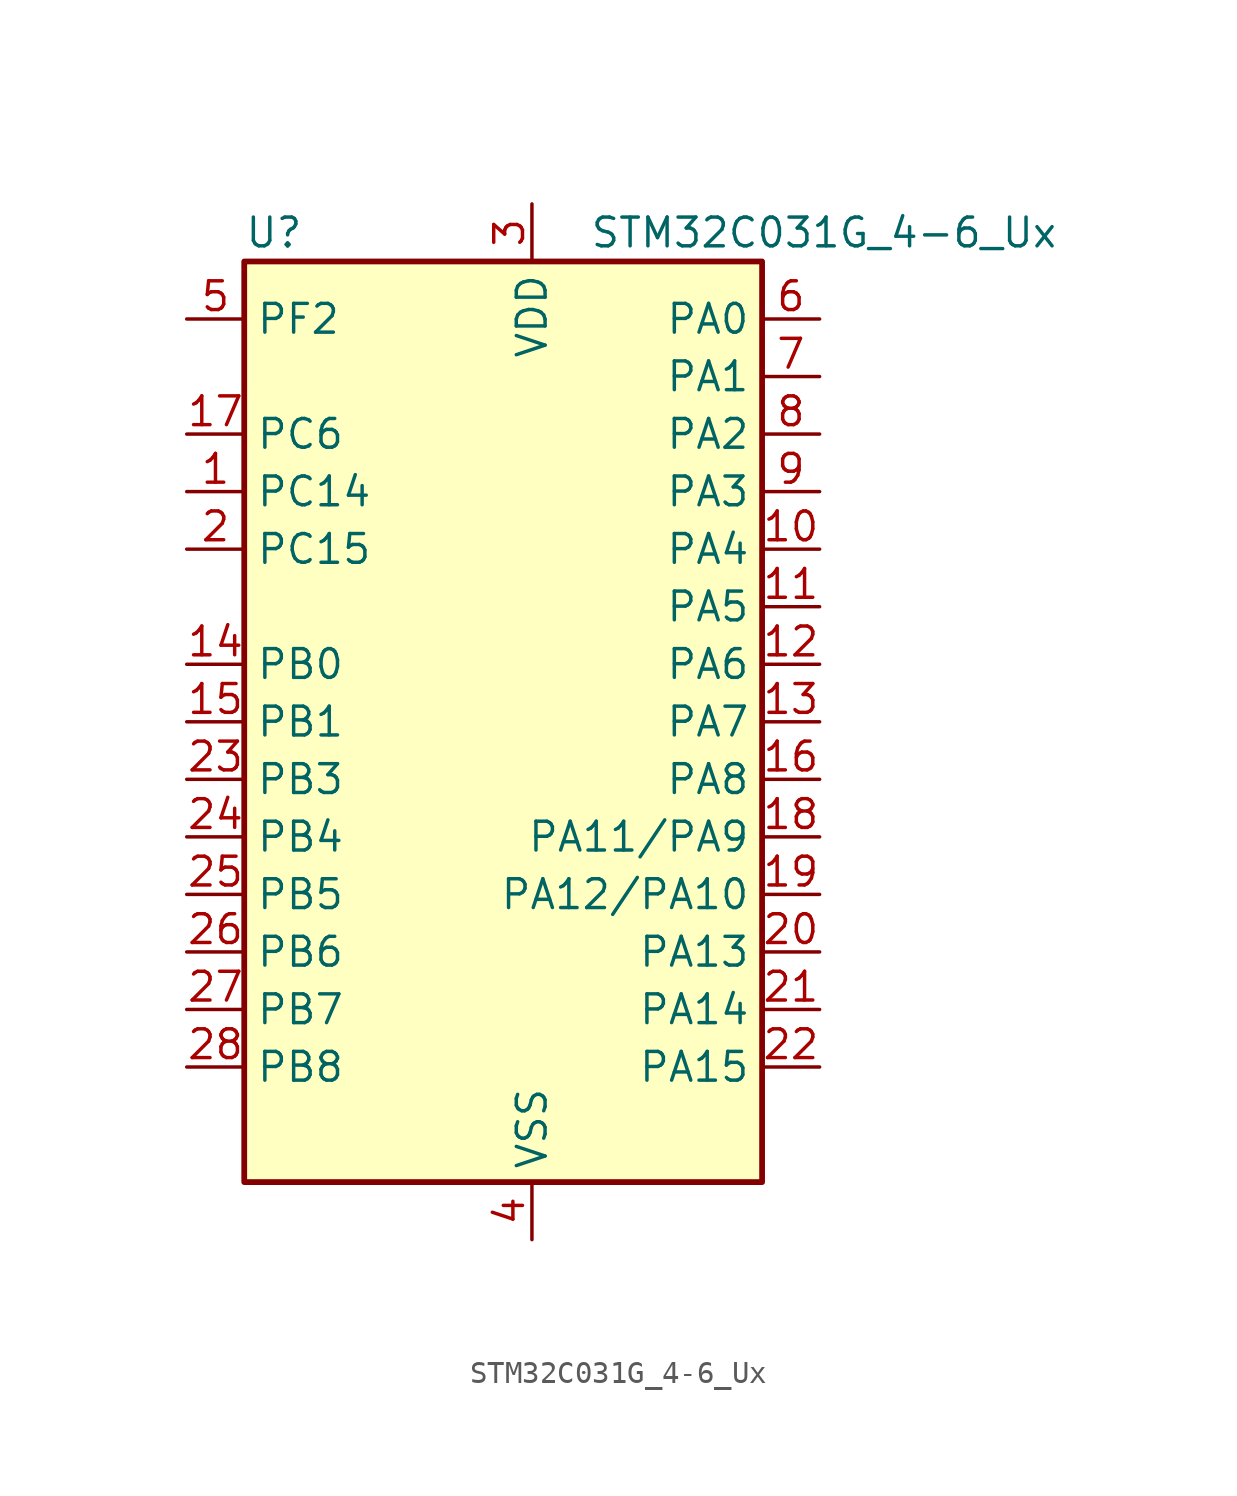
<source format=kicad_sym>
(kicad_symbol_lib
  (version 20220914)
  (generator kicad_symbol_editor)
  (symbol "STM32C031G_4-6_Ux"
    (property "Reference" "U"
      (at -10.16 21.59 0)
      (effects (font (size 1.27 1.27)) (justify left)))
    (property "Value" "STM32C031G_4-6_Ux"
      (at 5.08 21.59 0)
      (effects (font (size 1.27 1.27)) (justify left)))
    (property "ki_locked" ""
      (at 0 0 0)
      (effects (font (size 1.27 1.27))))
    (symbol "STM32C031G_4-6_Ux_0_1"
      (rectangle (start -10.16 -20.32) (end 12.7 20.32) (stroke (width 0.254) (type default)) (fill (type background))))
    (symbol "STM32C031G_4-6_Ux_1_1"
      (pin bidirectional line (at -12.7 10.16 0) (length 2.54) (name "PC14" (effects (font (size 1.27 1.27)))) (number "1" (effects (font (size 1.27 1.27)))) (alternate "I2C1_SDA" bidirectional line) (alternate "IR_OUT" bidirectional line) (alternate "RCC_OSCX_IN" bidirectional line) (alternate "TIM17_CH1" bidirectional line) (alternate "TIM1_BKIN2" bidirectional line) (alternate "TIM1_ETR" bidirectional line) (alternate "TIM3_CH2" bidirectional line) (alternate "USART1_TX" bidirectional line) (alternate "USART2_CK" bidirectional line) (alternate "USART2_DE" bidirectional line) (alternate "USART2_RTS" bidirectional line))
      (pin bidirectional line (at 15.24 7.62 180) (length 2.54) (name "PA4" (effects (font (size 1.27 1.27)))) (number "10" (effects (font (size 1.27 1.27)))) (alternate "ADC1_IN4" bidirectional line) (alternate "I2S1_WS" bidirectional line) (alternate "PWR_WKUP2" bidirectional line) (alternate "RTC_OUT1" bidirectional line) (alternate "RTC_TS" bidirectional line) (alternate "SPI1_NSS" bidirectional line) (alternate "TIM14_CH1" bidirectional line) (alternate "TIM17_CH1N" bidirectional line) (alternate "TIM1_CH2N" bidirectional line) (alternate "USART2_TX" bidirectional line))
      (pin bidirectional line (at 15.24 5.08 180) (length 2.54) (name "PA5" (effects (font (size 1.27 1.27)))) (number "11" (effects (font (size 1.27 1.27)))) (alternate "ADC1_IN5" bidirectional line) (alternate "I2S1_CK" bidirectional line) (alternate "SPI1_SCK" bidirectional line) (alternate "TIM1_CH1" bidirectional line) (alternate "TIM1_CH3N" bidirectional line) (alternate "USART2_RX" bidirectional line))
      (pin bidirectional line (at 15.24 2.54 180) (length 2.54) (name "PA6" (effects (font (size 1.27 1.27)))) (number "12" (effects (font (size 1.27 1.27)))) (alternate "ADC1_IN6" bidirectional line) (alternate "I2S1_MCK" bidirectional line) (alternate "SPI1_MISO" bidirectional line) (alternate "TIM16_CH1" bidirectional line) (alternate "TIM1_BKIN" bidirectional line) (alternate "TIM3_CH1" bidirectional line))
      (pin bidirectional line (at 15.24 0 180) (length 2.54) (name "PA7" (effects (font (size 1.27 1.27)))) (number "13" (effects (font (size 1.27 1.27)))) (alternate "ADC1_IN7" bidirectional line) (alternate "I2S1_SD" bidirectional line) (alternate "SPI1_MOSI" bidirectional line) (alternate "TIM14_CH1" bidirectional line) (alternate "TIM17_CH1" bidirectional line) (alternate "TIM1_CH1N" bidirectional line) (alternate "TIM3_CH2" bidirectional line))
      (pin bidirectional line (at -12.7 2.54 0) (length 2.54) (name "PB0" (effects (font (size 1.27 1.27)))) (number "14" (effects (font (size 1.27 1.27)))) (alternate "ADC1_IN17" bidirectional line) (alternate "I2S1_WS" bidirectional line) (alternate "SPI1_NSS" bidirectional line) (alternate "TIM1_CH2N" bidirectional line) (alternate "TIM3_CH3" bidirectional line))
      (pin bidirectional line (at -12.7 0 0) (length 2.54) (name "PB1" (effects (font (size 1.27 1.27)))) (number "15" (effects (font (size 1.27 1.27)))) (alternate "ADC1_IN18" bidirectional line) (alternate "TIM14_CH1" bidirectional line) (alternate "TIM1_CH2N" bidirectional line) (alternate "TIM1_CH3N" bidirectional line) (alternate "TIM3_CH4" bidirectional line))
      (pin bidirectional line (at 15.24 -2.54 180) (length 2.54) (name "PA8" (effects (font (size 1.27 1.27)))) (number "16" (effects (font (size 1.27 1.27)))) (alternate "ADC1_IN8" bidirectional line) (alternate "I2S1_WS" bidirectional line) (alternate "RCC_MCO" bidirectional line) (alternate "RCC_MCO_2" bidirectional line) (alternate "SPI1_NSS" bidirectional line) (alternate "TIM14_CH1" bidirectional line) (alternate "TIM1_CH1" bidirectional line) (alternate "TIM1_CH2N" bidirectional line) (alternate "TIM1_CH3N" bidirectional line) (alternate "TIM3_CH3" bidirectional line) (alternate "TIM3_CH4" bidirectional line) (alternate "USART1_RX" bidirectional line) (alternate "USART2_TX" bidirectional line))
      (pin bidirectional line (at -12.7 12.7 0) (length 2.54) (name "PC6" (effects (font (size 1.27 1.27)))) (number "17" (effects (font (size 1.27 1.27)))) (alternate "TIM3_CH1" bidirectional line))
      (pin bidirectional line (at 15.24 -5.08 180) (length 2.54) (name "PA11/PA9" (effects (font (size 1.27 1.27)))) (number "18" (effects (font (size 1.27 1.27)))) (alternate "ADC1_EXTI11" bidirectional line) (alternate "ADC1_IN11" bidirectional line) (alternate "I2S1_MCK" bidirectional line) (alternate "SPI1_MISO" bidirectional line) (alternate "TIM1_BKIN2" bidirectional line) (alternate "TIM1_CH4" bidirectional line) (alternate "USART1_CTS" bidirectional line) (alternate "USART1_NSS" bidirectional line))
      (pin bidirectional line (at 15.24 -7.62 180) (length 2.54) (name "PA12/PA10" (effects (font (size 1.27 1.27)))) (number "19" (effects (font (size 1.27 1.27)))) (alternate "ADC1_IN12" bidirectional line) (alternate "I2S1_SD" bidirectional line) (alternate "I2S_CKIN" bidirectional line) (alternate "SPI1_MOSI" bidirectional line) (alternate "TIM1_ETR" bidirectional line) (alternate "USART1_CK" bidirectional line) (alternate "USART1_DE" bidirectional line) (alternate "USART1_RTS" bidirectional line))
      (pin bidirectional line (at -12.7 7.62 0) (length 2.54) (name "PC15" (effects (font (size 1.27 1.27)))) (number "2" (effects (font (size 1.27 1.27)))) (alternate "RCC_OSC32_EN" bidirectional line) (alternate "RCC_OSCX_OUT" bidirectional line) (alternate "RCC_OSC_EN" bidirectional line) (alternate "TIM1_ETR" bidirectional line) (alternate "TIM3_CH3" bidirectional line))
      (pin bidirectional line (at 15.24 -10.16 180) (length 2.54) (name "PA13" (effects (font (size 1.27 1.27)))) (number "20" (effects (font (size 1.27 1.27)))) (alternate "ADC1_IN13" bidirectional line) (alternate "DEBUG_SWDIO" bidirectional line) (alternate "IR_OUT" bidirectional line) (alternate "TIM3_ETR" bidirectional line) (alternate "USART2_RX" bidirectional line))
      (pin bidirectional line (at 15.24 -12.7 180) (length 2.54) (name "PA14" (effects (font (size 1.27 1.27)))) (number "21" (effects (font (size 1.27 1.27)))) (alternate "ADC1_IN14" bidirectional line) (alternate "DEBUG_SWCLK" bidirectional line) (alternate "I2S1_WS" bidirectional line) (alternate "RCC_MCO_2" bidirectional line) (alternate "SPI1_NSS" bidirectional line) (alternate "TIM1_CH1" bidirectional line) (alternate "USART1_CK" bidirectional line) (alternate "USART1_DE" bidirectional line) (alternate "USART1_RTS" bidirectional line) (alternate "USART2_RX" bidirectional line) (alternate "USART2_TX" bidirectional line))
      (pin bidirectional line (at 15.24 -15.24 180) (length 2.54) (name "PA15" (effects (font (size 1.27 1.27)))) (number "22" (effects (font (size 1.27 1.27)))) (alternate "I2S1_WS" bidirectional line) (alternate "RCC_MCO_2" bidirectional line) (alternate "SPI1_NSS" bidirectional line) (alternate "TIM1_CH1" bidirectional line) (alternate "USART1_CK" bidirectional line) (alternate "USART1_DE" bidirectional line) (alternate "USART1_RTS" bidirectional line) (alternate "USART2_RX" bidirectional line))
      (pin bidirectional line (at -12.7 -2.54 0) (length 2.54) (name "PB3" (effects (font (size 1.27 1.27)))) (number "23" (effects (font (size 1.27 1.27)))) (alternate "I2S1_CK" bidirectional line) (alternate "SPI1_SCK" bidirectional line) (alternate "TIM1_CH2" bidirectional line) (alternate "TIM3_CH2" bidirectional line) (alternate "USART1_CK" bidirectional line) (alternate "USART1_DE" bidirectional line) (alternate "USART1_RTS" bidirectional line))
      (pin bidirectional line (at -12.7 -5.08 0) (length 2.54) (name "PB4" (effects (font (size 1.27 1.27)))) (number "24" (effects (font (size 1.27 1.27)))) (alternate "I2S1_MCK" bidirectional line) (alternate "SPI1_MISO" bidirectional line) (alternate "TIM17_BKIN" bidirectional line) (alternate "TIM3_CH1" bidirectional line) (alternate "USART1_CTS" bidirectional line) (alternate "USART1_NSS" bidirectional line))
      (pin bidirectional line (at -12.7 -7.62 0) (length 2.54) (name "PB5" (effects (font (size 1.27 1.27)))) (number "25" (effects (font (size 1.27 1.27)))) (alternate "I2C1_SMBA" bidirectional line) (alternate "I2S1_SD" bidirectional line) (alternate "PWR_WKUP6" bidirectional line) (alternate "SPI1_MOSI" bidirectional line) (alternate "TIM16_BKIN" bidirectional line) (alternate "TIM3_CH2" bidirectional line) (alternate "TIM3_CH3" bidirectional line))
      (pin bidirectional line (at -12.7 -10.16 0) (length 2.54) (name "PB6" (effects (font (size 1.27 1.27)))) (number "26" (effects (font (size 1.27 1.27)))) (alternate "I2C1_SCL" bidirectional line) (alternate "I2C1_SMBA" bidirectional line) (alternate "I2S1_CK" bidirectional line) (alternate "I2S1_MCK" bidirectional line) (alternate "I2S1_SD" bidirectional line) (alternate "PWR_WKUP3" bidirectional line) (alternate "SPI1_MISO" bidirectional line) (alternate "SPI1_MOSI" bidirectional line) (alternate "SPI1_SCK" bidirectional line) (alternate "TIM16_BKIN" bidirectional line) (alternate "TIM16_CH1N" bidirectional line) (alternate "TIM17_BKIN" bidirectional line) (alternate "TIM1_CH2" bidirectional line) (alternate "TIM1_CH3" bidirectional line) (alternate "TIM3_CH1" bidirectional line) (alternate "TIM3_CH2" bidirectional line) (alternate "TIM3_CH3" bidirectional line) (alternate "USART1_CK" bidirectional line) (alternate "USART1_CTS" bidirectional line) (alternate "USART1_DE" bidirectional line) (alternate "USART1_NSS" bidirectional line) (alternate "USART1_RTS" bidirectional line) (alternate "USART1_TX" bidirectional line))
      (pin bidirectional line (at -12.7 -12.7 0) (length 2.54) (name "PB7" (effects (font (size 1.27 1.27)))) (number "27" (effects (font (size 1.27 1.27)))) (alternate "I2C1_SCL" bidirectional line) (alternate "I2C1_SDA" bidirectional line) (alternate "RTC_REFIN" bidirectional line) (alternate "TIM16_CH1" bidirectional line) (alternate "TIM17_CH1N" bidirectional line) (alternate "TIM1_CH4" bidirectional line) (alternate "TIM3_CH1" bidirectional line) (alternate "TIM3_CH4" bidirectional line) (alternate "USART1_RX" bidirectional line) (alternate "USART2_CTS" bidirectional line) (alternate "USART2_NSS" bidirectional line))
      (pin bidirectional line (at -12.7 -15.24 0) (length 2.54) (name "PB8" (effects (font (size 1.27 1.27)))) (number "28" (effects (font (size 1.27 1.27)))) (alternate "I2C1_SCL" bidirectional line) (alternate "TIM16_CH1" bidirectional line) (alternate "TIM3_CH1" bidirectional line) (alternate "USART2_CTS" bidirectional line) (alternate "USART2_NSS" bidirectional line))
      (pin power_in line (at 2.54 22.86 270) (length 2.54) (name "VDD" (effects (font (size 1.27 1.27)))) (number "3" (effects (font (size 1.27 1.27)))))
      (pin power_in line (at 2.54 -22.86 90) (length 2.54) (name "VSS" (effects (font (size 1.27 1.27)))) (number "4" (effects (font (size 1.27 1.27)))))
      (pin bidirectional line (at -12.7 17.78 0) (length 2.54) (name "PF2" (effects (font (size 1.27 1.27)))) (number "5" (effects (font (size 1.27 1.27)))) (alternate "RCC_MCO" bidirectional line) (alternate "TIM1_CH4" bidirectional line))
      (pin bidirectional line (at 15.24 17.78 180) (length 2.54) (name "PA0" (effects (font (size 1.27 1.27)))) (number "6" (effects (font (size 1.27 1.27)))) (alternate "ADC1_IN0" bidirectional line) (alternate "PWR_WKUP1" bidirectional line) (alternate "TIM16_CH1" bidirectional line) (alternate "TIM1_CH1" bidirectional line) (alternate "USART1_TX" bidirectional line) (alternate "USART2_CTS" bidirectional line) (alternate "USART2_NSS" bidirectional line))
      (pin bidirectional line (at 15.24 15.24 180) (length 2.54) (name "PA1" (effects (font (size 1.27 1.27)))) (number "7" (effects (font (size 1.27 1.27)))) (alternate "ADC1_IN1" bidirectional line) (alternate "I2C1_SMBA" bidirectional line) (alternate "I2S1_CK" bidirectional line) (alternate "SPI1_SCK" bidirectional line) (alternate "TIM17_CH1" bidirectional line) (alternate "TIM1_CH2" bidirectional line) (alternate "USART1_RX" bidirectional line) (alternate "USART2_CK" bidirectional line) (alternate "USART2_DE" bidirectional line) (alternate "USART2_RTS" bidirectional line))
      (pin bidirectional line (at 15.24 12.7 180) (length 2.54) (name "PA2" (effects (font (size 1.27 1.27)))) (number "8" (effects (font (size 1.27 1.27)))) (alternate "ADC1_IN2" bidirectional line) (alternate "I2S1_SD" bidirectional line) (alternate "PWR_WKUP4" bidirectional line) (alternate "RCC_LSCO" bidirectional line) (alternate "SPI1_MOSI" bidirectional line) (alternate "TIM16_CH1N" bidirectional line) (alternate "TIM1_CH3" bidirectional line) (alternate "TIM3_ETR" bidirectional line) (alternate "USART2_TX" bidirectional line))
      (pin bidirectional line (at 15.24 10.16 180) (length 2.54) (name "PA3" (effects (font (size 1.27 1.27)))) (number "9" (effects (font (size 1.27 1.27)))) (alternate "ADC1_IN3" bidirectional line) (alternate "TIM1_CH1N" bidirectional line) (alternate "TIM1_CH4" bidirectional line) (alternate "USART2_RX" bidirectional line)))))
</source>
